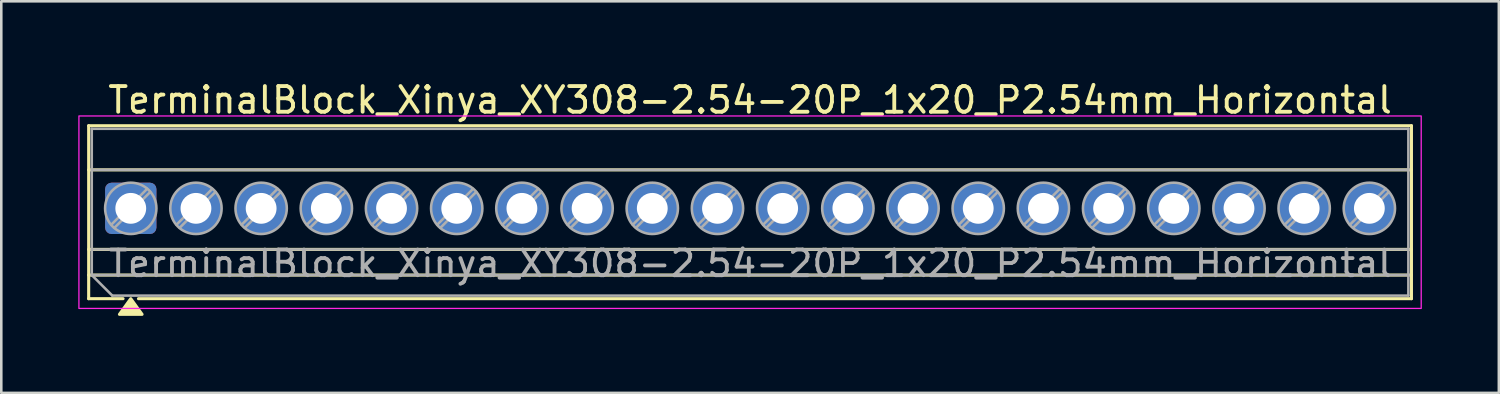
<source format=kicad_pcb>
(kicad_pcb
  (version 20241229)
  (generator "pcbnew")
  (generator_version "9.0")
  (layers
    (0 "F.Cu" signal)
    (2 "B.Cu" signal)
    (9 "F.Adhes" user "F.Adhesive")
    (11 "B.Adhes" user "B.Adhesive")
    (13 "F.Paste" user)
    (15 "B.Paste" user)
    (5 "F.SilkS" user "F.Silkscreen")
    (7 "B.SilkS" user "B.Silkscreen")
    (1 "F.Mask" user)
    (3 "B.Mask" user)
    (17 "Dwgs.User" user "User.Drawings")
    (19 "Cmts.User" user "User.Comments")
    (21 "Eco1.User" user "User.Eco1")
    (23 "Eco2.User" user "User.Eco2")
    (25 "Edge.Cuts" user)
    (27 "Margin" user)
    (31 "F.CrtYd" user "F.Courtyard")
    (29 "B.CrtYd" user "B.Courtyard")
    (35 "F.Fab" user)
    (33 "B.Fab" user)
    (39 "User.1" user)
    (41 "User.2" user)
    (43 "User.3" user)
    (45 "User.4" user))
  (footprint "TerminalBlock_Xinya_XY308-2.54-20P_1x20_P2.54mm_Horizontal"
    (layer "F.Cu")
    (at 2.045 5.068)
    (property "Reference" "TerminalBlock_Xinya_XY308-2.54-20P_1x20_P2.54mm_Horizontal" (at 24.13 -4.22 0) (layer "F.SilkS") (effects (font (size 1 1) (thickness 0.15))))
    (attr through_hole)
    (fp_line (start -1.64 -3.22) (end 49.9 -3.22) (stroke (width 0.12) (type solid)) (layer "F.SilkS"))
    (fp_line (start -1.64 -1.5) (end 49.9 -1.5) (stroke (width 0.12) (type solid)) (layer "F.SilkS"))
    (fp_line (start -1.64 1.6) (end 49.9 1.6) (stroke (width 0.12) (type solid)) (layer "F.SilkS"))
    (fp_line (start -1.64 2.6) (end 49.9 2.6) (stroke (width 0.12) (type solid)) (layer "F.SilkS"))
    (fp_line (start -1.64 3.52) (end -1.64 -3.22) (stroke (width 0.12) (type solid)) (layer "F.SilkS"))
    (fp_line (start -0.3 3.52) (end -1.64 3.52) (stroke (width 0.12) (type solid)) (layer "F.SilkS"))
    (fp_line (start 49.9 -3.22) (end 49.9 3.52) (stroke (width 0.12) (type solid)) (layer "F.SilkS"))
    (fp_line (start 49.9 3.52) (end 0.3 3.52) (stroke (width 0.12) (type solid)) (layer "F.SilkS"))
    (fp_poly (pts (xy 0 3.52) (xy 0.44 4.13) (xy -0.44 4.13)) (stroke (width 0.12) (type solid)) (fill yes) (layer "F.SilkS"))
    (fp_rect (start -2.02 -3.6) (end 50.28 3.9) (stroke (width 0.05) (type solid)) (fill no) (layer "F.CrtYd"))
    (fp_line (start -1.52 -3.1) (end 49.78 -3.1) (stroke (width 0.1) (type solid)) (layer "F.Fab"))
    (fp_line (start -1.52 -1.5) (end 49.78 -1.5) (stroke (width 0.1) (type solid)) (layer "F.Fab"))
    (fp_line (start -1.52 1.6) (end 49.78 1.6) (stroke (width 0.1) (type solid)) (layer "F.Fab"))
    (fp_line (start -1.52 2.6) (end -1.52 -3.1) (stroke (width 0.1) (type solid)) (layer "F.Fab"))
    (fp_line (start -1.52 2.6) (end 49.78 2.6) (stroke (width 0.1) (type solid)) (layer "F.Fab"))
    (fp_line (start -0.72 3.4) (end -1.52 2.6) (stroke (width 0.1) (type solid)) (layer "F.Fab"))
    (fp_line (start 0.636 -0.758) (end -0.758 0.636) (stroke (width 0.1) (type solid)) (layer "F.Fab"))
    (fp_line (start 0.758 -0.636) (end -0.636 0.758) (stroke (width 0.1) (type solid)) (layer "F.Fab"))
    (fp_line (start 3.176 -0.758) (end 1.782 0.636) (stroke (width 0.1) (type solid)) (layer "F.Fab"))
    (fp_line (start 3.298 -0.636) (end 1.904 0.758) (stroke (width 0.1) (type solid)) (layer "F.Fab"))
    (fp_line (start 5.716 -0.758) (end 4.322 0.636) (stroke (width 0.1) (type solid)) (layer "F.Fab"))
    (fp_line (start 5.838 -0.636) (end 4.444 0.758) (stroke (width 0.1) (type solid)) (layer "F.Fab"))
    (fp_line (start 8.256 -0.758) (end 6.862 0.636) (stroke (width 0.1) (type solid)) (layer "F.Fab"))
    (fp_line (start 8.378 -0.636) (end 6.984 0.758) (stroke (width 0.1) (type solid)) (layer "F.Fab"))
    (fp_line (start 10.796 -0.758) (end 9.402 0.636) (stroke (width 0.1) (type solid)) (layer "F.Fab"))
    (fp_line (start 10.918 -0.636) (end 9.524 0.758) (stroke (width 0.1) (type solid)) (layer "F.Fab"))
    (fp_line (start 13.336 -0.758) (end 11.942 0.636) (stroke (width 0.1) (type solid)) (layer "F.Fab"))
    (fp_line (start 13.458 -0.636) (end 12.064 0.758) (stroke (width 0.1) (type solid)) (layer "F.Fab"))
    (fp_line (start 15.876 -0.758) (end 14.482 0.636) (stroke (width 0.1) (type solid)) (layer "F.Fab"))
    (fp_line (start 15.998 -0.636) (end 14.604 0.758) (stroke (width 0.1) (type solid)) (layer "F.Fab"))
    (fp_line (start 18.416 -0.758) (end 17.022 0.636) (stroke (width 0.1) (type solid)) (layer "F.Fab"))
    (fp_line (start 18.538 -0.636) (end 17.144 0.758) (stroke (width 0.1) (type solid)) (layer "F.Fab"))
    (fp_line (start 20.956 -0.758) (end 19.562 0.636) (stroke (width 0.1) (type solid)) (layer "F.Fab"))
    (fp_line (start 21.078 -0.636) (end 19.684 0.758) (stroke (width 0.1) (type solid)) (layer "F.Fab"))
    (fp_line (start 23.496 -0.758) (end 22.102 0.636) (stroke (width 0.1) (type solid)) (layer "F.Fab"))
    (fp_line (start 23.618 -0.636) (end 22.224 0.758) (stroke (width 0.1) (type solid)) (layer "F.Fab"))
    (fp_line (start 26.036 -0.758) (end 24.642 0.636) (stroke (width 0.1) (type solid)) (layer "F.Fab"))
    (fp_line (start 26.158 -0.636) (end 24.764 0.758) (stroke (width 0.1) (type solid)) (layer "F.Fab"))
    (fp_line (start 28.576 -0.758) (end 27.182 0.636) (stroke (width 0.1) (type solid)) (layer "F.Fab"))
    (fp_line (start 28.698 -0.636) (end 27.304 0.758) (stroke (width 0.1) (type solid)) (layer "F.Fab"))
    (fp_line (start 31.116 -0.758) (end 29.722 0.636) (stroke (width 0.1) (type solid)) (layer "F.Fab"))
    (fp_line (start 31.238 -0.636) (end 29.844 0.758) (stroke (width 0.1) (type solid)) (layer "F.Fab"))
    (fp_line (start 33.656 -0.758) (end 32.262 0.636) (stroke (width 0.1) (type solid)) (layer "F.Fab"))
    (fp_line (start 33.778 -0.636) (end 32.384 0.758) (stroke (width 0.1) (type solid)) (layer "F.Fab"))
    (fp_line (start 36.196 -0.758) (end 34.802 0.636) (stroke (width 0.1) (type solid)) (layer "F.Fab"))
    (fp_line (start 36.318 -0.636) (end 34.924 0.758) (stroke (width 0.1) (type solid)) (layer "F.Fab"))
    (fp_line (start 38.736 -0.758) (end 37.342 0.636) (stroke (width 0.1) (type solid)) (layer "F.Fab"))
    (fp_line (start 38.858 -0.636) (end 37.464 0.758) (stroke (width 0.1) (type solid)) (layer "F.Fab"))
    (fp_line (start 41.276 -0.758) (end 39.882 0.636) (stroke (width 0.1) (type solid)) (layer "F.Fab"))
    (fp_line (start 41.398 -0.636) (end 40.004 0.758) (stroke (width 0.1) (type solid)) (layer "F.Fab"))
    (fp_line (start 43.816 -0.758) (end 42.422 0.636) (stroke (width 0.1) (type solid)) (layer "F.Fab"))
    (fp_line (start 43.938 -0.636) (end 42.544 0.758) (stroke (width 0.1) (type solid)) (layer "F.Fab"))
    (fp_line (start 46.356 -0.758) (end 44.962 0.636) (stroke (width 0.1) (type solid)) (layer "F.Fab"))
    (fp_line (start 46.478 -0.636) (end 45.084 0.758) (stroke (width 0.1) (type solid)) (layer "F.Fab"))
    (fp_line (start 48.896 -0.758) (end 47.502 0.636) (stroke (width 0.1) (type solid)) (layer "F.Fab"))
    (fp_line (start 49.018 -0.636) (end 47.624 0.758) (stroke (width 0.1) (type solid)) (layer "F.Fab"))
    (fp_line (start 49.78 -3.1) (end 49.78 3.4) (stroke (width 0.1) (type solid)) (layer "F.Fab"))
    (fp_line (start 49.78 3.4) (end -0.72 3.4) (stroke (width 0.1) (type solid)) (layer "F.Fab"))
    (fp_circle (center 0 0) (end 1 0) (stroke (width 0.1) (type solid)) (fill no) (layer "F.Fab"))
    (fp_circle (center 2.54 0) (end 3.54 0) (stroke (width 0.1) (type solid)) (fill no) (layer "F.Fab"))
    (fp_circle (center 5.08 0) (end 6.08 0) (stroke (width 0.1) (type solid)) (fill no) (layer "F.Fab"))
    (fp_circle (center 7.62 0) (end 8.62 0) (stroke (width 0.1) (type solid)) (fill no) (layer "F.Fab"))
    (fp_circle (center 10.16 0) (end 11.16 0) (stroke (width 0.1) (type solid)) (fill no) (layer "F.Fab"))
    (fp_circle (center 12.7 0) (end 13.7 0) (stroke (width 0.1) (type solid)) (fill no) (layer "F.Fab"))
    (fp_circle (center 15.24 0) (end 16.24 0) (stroke (width 0.1) (type solid)) (fill no) (layer "F.Fab"))
    (fp_circle (center 17.78 0) (end 18.78 0) (stroke (width 0.1) (type solid)) (fill no) (layer "F.Fab"))
    (fp_circle (center 20.32 0) (end 21.32 0) (stroke (width 0.1) (type solid)) (fill no) (layer "F.Fab"))
    (fp_circle (center 22.86 0) (end 23.86 0) (stroke (width 0.1) (type solid)) (fill no) (layer "F.Fab"))
    (fp_circle (center 25.4 0) (end 26.4 0) (stroke (width 0.1) (type solid)) (fill no) (layer "F.Fab"))
    (fp_circle (center 27.94 0) (end 28.94 0) (stroke (width 0.1) (type solid)) (fill no) (layer "F.Fab"))
    (fp_circle (center 30.48 0) (end 31.48 0) (stroke (width 0.1) (type solid)) (fill no) (layer "F.Fab"))
    (fp_circle (center 33.02 0) (end 34.02 0) (stroke (width 0.1) (type solid)) (fill no) (layer "F.Fab"))
    (fp_circle (center 35.56 0) (end 36.56 0) (stroke (width 0.1) (type solid)) (fill no) (layer "F.Fab"))
    (fp_circle (center 38.1 0) (end 39.1 0) (stroke (width 0.1) (type solid)) (fill no) (layer "F.Fab"))
    (fp_circle (center 40.64 0) (end 41.64 0) (stroke (width 0.1) (type solid)) (fill no) (layer "F.Fab"))
    (fp_circle (center 43.18 0) (end 44.18 0) (stroke (width 0.1) (type solid)) (fill no) (layer "F.Fab"))
    (fp_circle (center 45.72 0) (end 46.72 0) (stroke (width 0.1) (type solid)) (fill no) (layer "F.Fab"))
    (fp_circle (center 48.26 0) (end 49.26 0) (stroke (width 0.1) (type solid)) (fill no) (layer "F.Fab"))
    (fp_text user "${REFERENCE}" (at 24.13 2.15 0) (layer "F.Fab") (effects (font (size 1 1) (thickness 0.15))))
    (pad "1" thru_hole roundrect (at 0 0) (size 2 2) (drill 1.2) (layers "*.Cu" "*.Mask") (roundrect_rratio 0.125))
    (pad "2" thru_hole circle (at 2.54 0) (size 2 2) (drill 1.2) (layers "*.Cu" "*.Mask"))
    (pad "3" thru_hole circle (at 5.08 0) (size 2 2) (drill 1.2) (layers "*.Cu" "*.Mask"))
    (pad "4" thru_hole circle (at 7.62 0) (size 2 2) (drill 1.2) (layers "*.Cu" "*.Mask"))
    (pad "5" thru_hole circle (at 10.16 0) (size 2 2) (drill 1.2) (layers "*.Cu" "*.Mask"))
    (pad "6" thru_hole circle (at 12.7 0) (size 2 2) (drill 1.2) (layers "*.Cu" "*.Mask"))
    (pad "7" thru_hole circle (at 15.24 0) (size 2 2) (drill 1.2) (layers "*.Cu" "*.Mask"))
    (pad "8" thru_hole circle (at 17.78 0) (size 2 2) (drill 1.2) (layers "*.Cu" "*.Mask"))
    (pad "9" thru_hole circle (at 20.32 0) (size 2 2) (drill 1.2) (layers "*.Cu" "*.Mask"))
    (pad "10" thru_hole circle (at 22.86 0) (size 2 2) (drill 1.2) (layers "*.Cu" "*.Mask"))
    (pad "11" thru_hole circle (at 25.4 0) (size 2 2) (drill 1.2) (layers "*.Cu" "*.Mask"))
    (pad "12" thru_hole circle (at 27.94 0) (size 2 2) (drill 1.2) (layers "*.Cu" "*.Mask"))
    (pad "13" thru_hole circle (at 30.48 0) (size 2 2) (drill 1.2) (layers "*.Cu" "*.Mask"))
    (pad "14" thru_hole circle (at 33.02 0) (size 2 2) (drill 1.2) (layers "*.Cu" "*.Mask"))
    (pad "15" thru_hole circle (at 35.56 0) (size 2 2) (drill 1.2) (layers "*.Cu" "*.Mask"))
    (pad "16" thru_hole circle (at 38.1 0) (size 2 2) (drill 1.2) (layers "*.Cu" "*.Mask"))
    (pad "17" thru_hole circle (at 40.64 0) (size 2 2) (drill 1.2) (layers "*.Cu" "*.Mask"))
    (pad "18" thru_hole circle (at 43.18 0) (size 2 2) (drill 1.2) (layers "*.Cu" "*.Mask"))
    (pad "19" thru_hole circle (at 45.72 0) (size 2 2) (drill 1.2) (layers "*.Cu" "*.Mask"))
    (pad "20" thru_hole circle (at 48.26 0) (size 2 2) (drill 1.2) (layers "*.Cu" "*.Mask")))
  (gr_rect
    (start -3 -3)
    (end 55.35 12.258)
    (stroke (width 0.1) (type default))
    (fill no)
    (layer "Edge.Cuts")))
</source>
